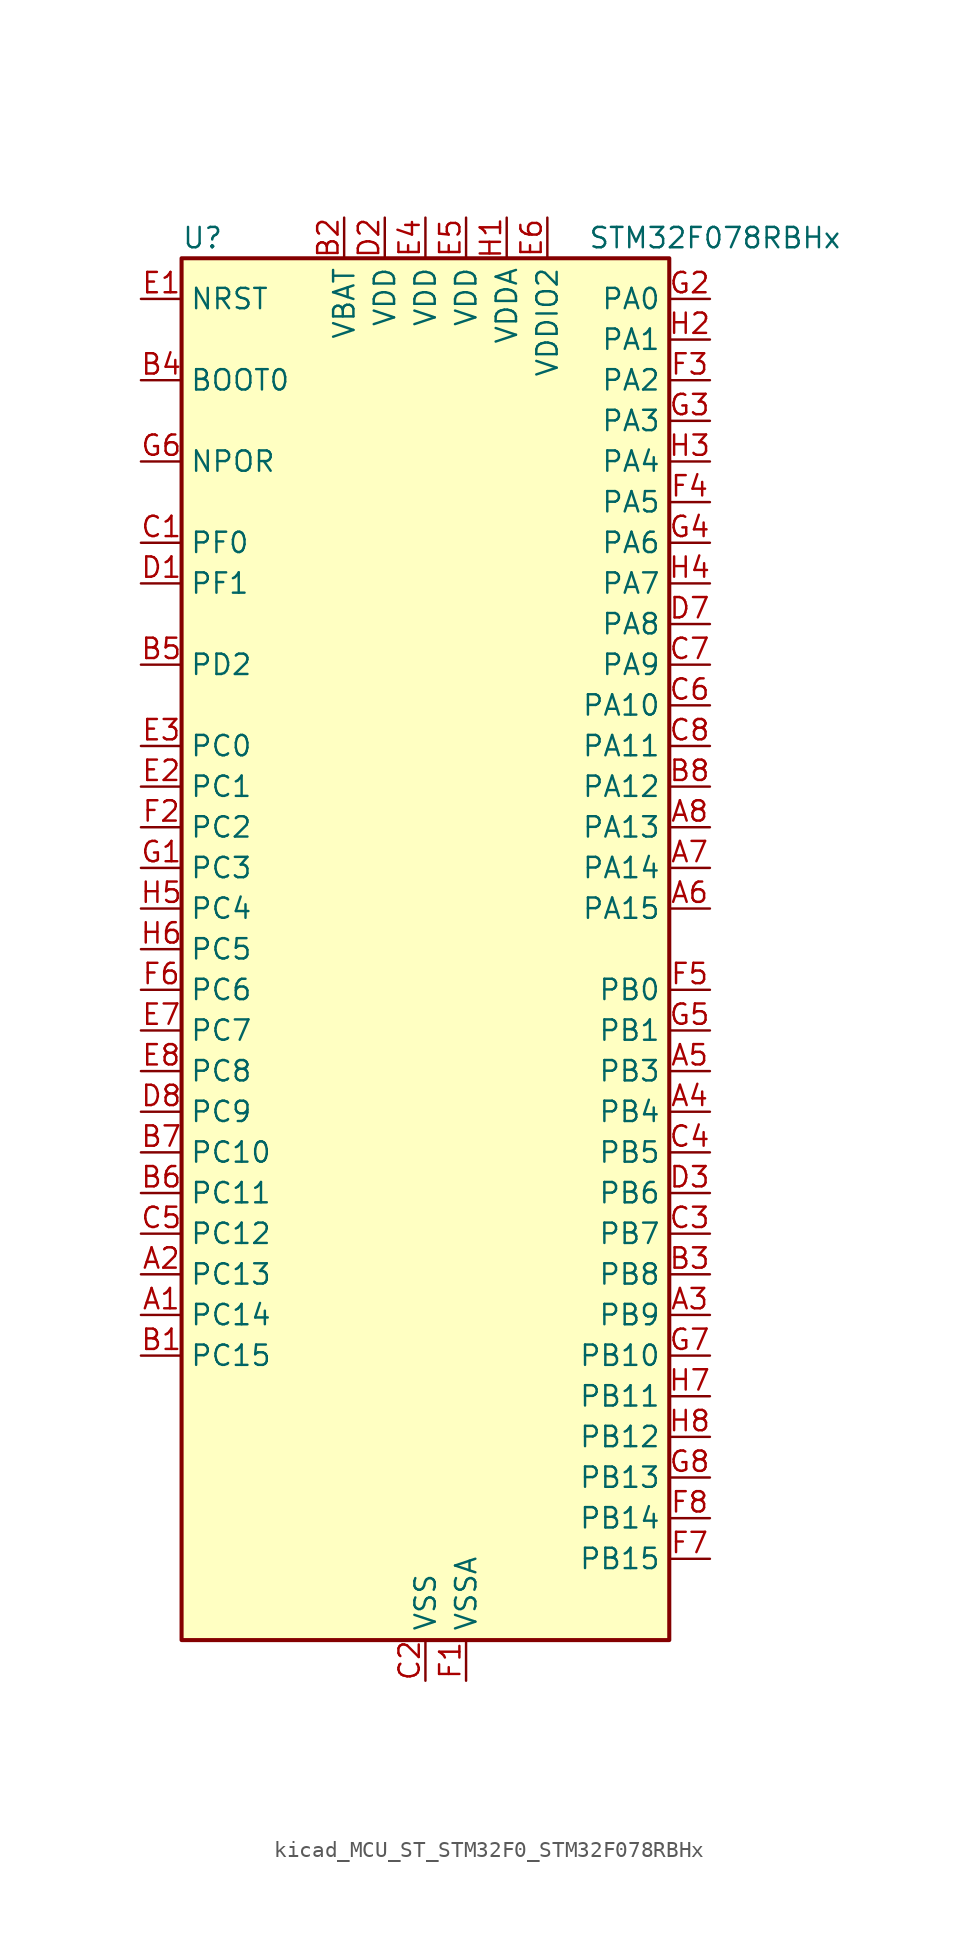
<source format=kicad_sym>
(kicad_symbol_lib
  (version 20220914)
  (generator kicad_symbol_editor)
  (symbol "kicad_MCU_ST_STM32F0_STM32F078RBHx"
    (property "Reference" "U"
      (at -15.24 44.45 0)
      (effects (font (size 1.27 1.27)) (justify left)))
    (property "Value" "STM32F078RBHx"
      (at 10.16 44.45 0)
      (effects (font (size 1.27 1.27)) (justify left)))
    (property "ki_locked" ""
      (at 0 0 0)
      (effects (font (size 1.27 1.27))))
    (symbol "kicad_MCU_ST_STM32F0_STM32F078RBHx_0_1"
      (rectangle (start -15.24 -43.18) (end 15.24 43.18) (stroke (width 0.254) (type default)) (fill (type background))))
    (symbol "kicad_MCU_ST_STM32F0_STM32F078RBHx_1_1"
      (pin bidirectional line (at -17.78 -22.86 0) (length 2.54) (name "PC14" (effects (font (size 1.27 1.27)))) (number "A1" (effects (font (size 1.27 1.27)))) (alternate "RCC_OSC32_IN" bidirectional line))
      (pin bidirectional line (at -17.78 -20.32 0) (length 2.54) (name "PC13" (effects (font (size 1.27 1.27)))) (number "A2" (effects (font (size 1.27 1.27)))) (alternate "RTC_OUT_ALARM" bidirectional line) (alternate "RTC_OUT_CALIB" bidirectional line) (alternate "RTC_TAMP1" bidirectional line) (alternate "RTC_TS" bidirectional line) (alternate "SYS_WKUP2" bidirectional line))
      (pin bidirectional line (at 17.78 -22.86 180) (length 2.54) (name "PB9" (effects (font (size 1.27 1.27)))) (number "A3" (effects (font (size 1.27 1.27)))) (alternate "DAC_EXTI9" bidirectional line) (alternate "I2C1_SDA" bidirectional line) (alternate "I2S2_WS" bidirectional line) (alternate "IR_OUT" bidirectional line) (alternate "SPI2_NSS" bidirectional line) (alternate "TIM17_CH1" bidirectional line))
      (pin bidirectional line (at 17.78 -10.16 180) (length 2.54) (name "PB4" (effects (font (size 1.27 1.27)))) (number "A4" (effects (font (size 1.27 1.27)))) (alternate "I2S1_MCK" bidirectional line) (alternate "SPI1_MISO" bidirectional line) (alternate "TIM17_BKIN" bidirectional line) (alternate "TIM3_CH1" bidirectional line) (alternate "TSC_G5_IO2" bidirectional line))
      (pin bidirectional line (at 17.78 -7.62 180) (length 2.54) (name "PB3" (effects (font (size 1.27 1.27)))) (number "A5" (effects (font (size 1.27 1.27)))) (alternate "I2S1_CK" bidirectional line) (alternate "SPI1_SCK" bidirectional line) (alternate "TIM2_CH2" bidirectional line) (alternate "TSC_G5_IO1" bidirectional line))
      (pin bidirectional line (at 17.78 2.54 180) (length 2.54) (name "PA15" (effects (font (size 1.27 1.27)))) (number "A6" (effects (font (size 1.27 1.27)))) (alternate "I2S1_WS" bidirectional line) (alternate "SPI1_NSS" bidirectional line) (alternate "TIM2_CH1" bidirectional line) (alternate "TIM2_ETR" bidirectional line) (alternate "USART2_RX" bidirectional line) (alternate "USART4_DE" bidirectional line) (alternate "USART4_RTS" bidirectional line))
      (pin bidirectional line (at 17.78 5.08 180) (length 2.54) (name "PA14" (effects (font (size 1.27 1.27)))) (number "A7" (effects (font (size 1.27 1.27)))) (alternate "SYS_SWCLK" bidirectional line) (alternate "USART2_TX" bidirectional line))
      (pin bidirectional line (at 17.78 7.62 180) (length 2.54) (name "PA13" (effects (font (size 1.27 1.27)))) (number "A8" (effects (font (size 1.27 1.27)))) (alternate "IR_OUT" bidirectional line) (alternate "SYS_SWDIO" bidirectional line) (alternate "USB_NOE" bidirectional line))
      (pin bidirectional line (at -17.78 -25.4 0) (length 2.54) (name "PC15" (effects (font (size 1.27 1.27)))) (number "B1" (effects (font (size 1.27 1.27)))) (alternate "RCC_OSC32_OUT" bidirectional line))
      (pin power_in line (at -5.08 45.72 270) (length 2.54) (name "VBAT" (effects (font (size 1.27 1.27)))) (number "B2" (effects (font (size 1.27 1.27)))))
      (pin bidirectional line (at 17.78 -20.32 180) (length 2.54) (name "PB8" (effects (font (size 1.27 1.27)))) (number "B3" (effects (font (size 1.27 1.27)))) (alternate "CEC" bidirectional line) (alternate "I2C1_SCL" bidirectional line) (alternate "TIM16_CH1" bidirectional line) (alternate "TSC_SYNC" bidirectional line))
      (pin input line (at -17.78 35.56 0) (length 2.54) (name "BOOT0" (effects (font (size 1.27 1.27)))) (number "B4" (effects (font (size 1.27 1.27)))))
      (pin bidirectional line (at -17.78 17.78 0) (length 2.54) (name "PD2" (effects (font (size 1.27 1.27)))) (number "B5" (effects (font (size 1.27 1.27)))) (alternate "TIM3_ETR" bidirectional line) (alternate "USART3_DE" bidirectional line) (alternate "USART3_RTS" bidirectional line))
      (pin bidirectional line (at -17.78 -15.24 0) (length 2.54) (name "PC11" (effects (font (size 1.27 1.27)))) (number "B6" (effects (font (size 1.27 1.27)))) (alternate "USART3_RX" bidirectional line) (alternate "USART4_RX" bidirectional line))
      (pin bidirectional line (at -17.78 -12.7 0) (length 2.54) (name "PC10" (effects (font (size 1.27 1.27)))) (number "B7" (effects (font (size 1.27 1.27)))) (alternate "USART3_TX" bidirectional line) (alternate "USART4_TX" bidirectional line))
      (pin bidirectional line (at 17.78 10.16 180) (length 2.54) (name "PA12" (effects (font (size 1.27 1.27)))) (number "B8" (effects (font (size 1.27 1.27)))) (alternate "COMP2_OUT" bidirectional line) (alternate "TIM1_ETR" bidirectional line) (alternate "TSC_G4_IO4" bidirectional line) (alternate "USART1_DE" bidirectional line) (alternate "USART1_RTS" bidirectional line) (alternate "USB_DP" bidirectional line))
      (pin bidirectional line (at -17.78 25.4 0) (length 2.54) (name "PF0" (effects (font (size 1.27 1.27)))) (number "C1" (effects (font (size 1.27 1.27)))) (alternate "CRS_SYNC" bidirectional line) (alternate "RCC_OSC_IN" bidirectional line))
      (pin power_in line (at 0 -45.72 90) (length 2.54) (name "VSS" (effects (font (size 1.27 1.27)))) (number "C2" (effects (font (size 1.27 1.27)))))
      (pin bidirectional line (at 17.78 -17.78 180) (length 2.54) (name "PB7" (effects (font (size 1.27 1.27)))) (number "C3" (effects (font (size 1.27 1.27)))) (alternate "I2C1_SDA" bidirectional line) (alternate "TIM17_CH1N" bidirectional line) (alternate "TSC_G5_IO4" bidirectional line) (alternate "USART1_RX" bidirectional line) (alternate "USART4_CTS" bidirectional line))
      (pin bidirectional line (at 17.78 -12.7 180) (length 2.54) (name "PB5" (effects (font (size 1.27 1.27)))) (number "C4" (effects (font (size 1.27 1.27)))) (alternate "I2C1_SMBA" bidirectional line) (alternate "I2S1_SD" bidirectional line) (alternate "SPI1_MOSI" bidirectional line) (alternate "SYS_WKUP6" bidirectional line) (alternate "TIM16_BKIN" bidirectional line) (alternate "TIM3_CH2" bidirectional line))
      (pin bidirectional line (at -17.78 -17.78 0) (length 2.54) (name "PC12" (effects (font (size 1.27 1.27)))) (number "C5" (effects (font (size 1.27 1.27)))) (alternate "USART3_CK" bidirectional line) (alternate "USART4_CK" bidirectional line))
      (pin bidirectional line (at 17.78 15.24 180) (length 2.54) (name "PA10" (effects (font (size 1.27 1.27)))) (number "C6" (effects (font (size 1.27 1.27)))) (alternate "TIM17_BKIN" bidirectional line) (alternate "TIM1_CH3" bidirectional line) (alternate "TSC_G4_IO2" bidirectional line) (alternate "USART1_RX" bidirectional line))
      (pin bidirectional line (at 17.78 17.78 180) (length 2.54) (name "PA9" (effects (font (size 1.27 1.27)))) (number "C7" (effects (font (size 1.27 1.27)))) (alternate "DAC_EXTI9" bidirectional line) (alternate "TIM15_BKIN" bidirectional line) (alternate "TIM1_CH2" bidirectional line) (alternate "TSC_G4_IO1" bidirectional line) (alternate "USART1_TX" bidirectional line))
      (pin bidirectional line (at 17.78 12.7 180) (length 2.54) (name "PA11" (effects (font (size 1.27 1.27)))) (number "C8" (effects (font (size 1.27 1.27)))) (alternate "COMP1_OUT" bidirectional line) (alternate "TIM1_CH4" bidirectional line) (alternate "TSC_G4_IO3" bidirectional line) (alternate "USART1_CTS" bidirectional line) (alternate "USB_DM" bidirectional line))
      (pin bidirectional line (at -17.78 22.86 0) (length 2.54) (name "PF1" (effects (font (size 1.27 1.27)))) (number "D1" (effects (font (size 1.27 1.27)))) (alternate "RCC_OSC_OUT" bidirectional line))
      (pin power_in line (at -2.54 45.72 270) (length 2.54) (name "VDD" (effects (font (size 1.27 1.27)))) (number "D2" (effects (font (size 1.27 1.27)))))
      (pin bidirectional line (at 17.78 -15.24 180) (length 2.54) (name "PB6" (effects (font (size 1.27 1.27)))) (number "D3" (effects (font (size 1.27 1.27)))) (alternate "I2C1_SCL" bidirectional line) (alternate "TIM16_CH1N" bidirectional line) (alternate "TSC_G5_IO3" bidirectional line) (alternate "USART1_TX" bidirectional line))
      (pin passive line (at 0 -45.72 90) (length 2.54) hide (name "VSS" (effects (font (size 1.27 1.27)))) (number "D4" (effects (font (size 1.27 1.27)))))
      (pin passive line (at 0 -45.72 90) (length 2.54) hide (name "VSS" (effects (font (size 1.27 1.27)))) (number "D5" (effects (font (size 1.27 1.27)))))
      (pin passive line (at 0 -45.72 90) (length 2.54) hide (name "VSS" (effects (font (size 1.27 1.27)))) (number "D6" (effects (font (size 1.27 1.27)))))
      (pin bidirectional line (at 17.78 20.32 180) (length 2.54) (name "PA8" (effects (font (size 1.27 1.27)))) (number "D7" (effects (font (size 1.27 1.27)))) (alternate "CRS_SYNC" bidirectional line) (alternate "RCC_MCO" bidirectional line) (alternate "TIM1_CH1" bidirectional line) (alternate "USART1_CK" bidirectional line))
      (pin bidirectional line (at -17.78 -10.16 0) (length 2.54) (name "PC9" (effects (font (size 1.27 1.27)))) (number "D8" (effects (font (size 1.27 1.27)))) (alternate "DAC_EXTI9" bidirectional line) (alternate "TIM3_CH4" bidirectional line))
      (pin input line (at -17.78 40.64 0) (length 2.54) (name "NRST" (effects (font (size 1.27 1.27)))) (number "E1" (effects (font (size 1.27 1.27)))))
      (pin bidirectional line (at -17.78 10.16 0) (length 2.54) (name "PC1" (effects (font (size 1.27 1.27)))) (number "E2" (effects (font (size 1.27 1.27)))) (alternate "ADC_IN11" bidirectional line))
      (pin bidirectional line (at -17.78 12.7 0) (length 2.54) (name "PC0" (effects (font (size 1.27 1.27)))) (number "E3" (effects (font (size 1.27 1.27)))) (alternate "ADC_IN10" bidirectional line))
      (pin power_in line (at 0 45.72 270) (length 2.54) (name "VDD" (effects (font (size 1.27 1.27)))) (number "E4" (effects (font (size 1.27 1.27)))))
      (pin power_in line (at 2.54 45.72 270) (length 2.54) (name "VDD" (effects (font (size 1.27 1.27)))) (number "E5" (effects (font (size 1.27 1.27)))))
      (pin power_in line (at 7.62 45.72 270) (length 2.54) (name "VDDIO2" (effects (font (size 1.27 1.27)))) (number "E6" (effects (font (size 1.27 1.27)))))
      (pin bidirectional line (at -17.78 -5.08 0) (length 2.54) (name "PC7" (effects (font (size 1.27 1.27)))) (number "E7" (effects (font (size 1.27 1.27)))) (alternate "TIM3_CH2" bidirectional line))
      (pin bidirectional line (at -17.78 -7.62 0) (length 2.54) (name "PC8" (effects (font (size 1.27 1.27)))) (number "E8" (effects (font (size 1.27 1.27)))) (alternate "TIM3_CH3" bidirectional line))
      (pin power_in line (at 2.54 -45.72 90) (length 2.54) (name "VSSA" (effects (font (size 1.27 1.27)))) (number "F1" (effects (font (size 1.27 1.27)))))
      (pin bidirectional line (at -17.78 7.62 0) (length 2.54) (name "PC2" (effects (font (size 1.27 1.27)))) (number "F2" (effects (font (size 1.27 1.27)))) (alternate "ADC_IN12" bidirectional line) (alternate "I2S2_MCK" bidirectional line) (alternate "SPI2_MISO" bidirectional line))
      (pin bidirectional line (at 17.78 35.56 180) (length 2.54) (name "PA2" (effects (font (size 1.27 1.27)))) (number "F3" (effects (font (size 1.27 1.27)))) (alternate "ADC_IN2" bidirectional line) (alternate "COMP2_INM" bidirectional line) (alternate "COMP2_OUT" bidirectional line) (alternate "SYS_WKUP4" bidirectional line) (alternate "TIM15_CH1" bidirectional line) (alternate "TIM2_CH3" bidirectional line) (alternate "TSC_G1_IO3" bidirectional line) (alternate "USART2_TX" bidirectional line))
      (pin bidirectional line (at 17.78 27.94 180) (length 2.54) (name "PA5" (effects (font (size 1.27 1.27)))) (number "F4" (effects (font (size 1.27 1.27)))) (alternate "ADC_IN5" bidirectional line) (alternate "CEC" bidirectional line) (alternate "COMP1_INM" bidirectional line) (alternate "COMP2_INM" bidirectional line) (alternate "DAC_OUT2" bidirectional line) (alternate "I2S1_CK" bidirectional line) (alternate "SPI1_SCK" bidirectional line) (alternate "TIM2_CH1" bidirectional line) (alternate "TIM2_ETR" bidirectional line) (alternate "TSC_G2_IO2" bidirectional line))
      (pin bidirectional line (at 17.78 -2.54 180) (length 2.54) (name "PB0" (effects (font (size 1.27 1.27)))) (number "F5" (effects (font (size 1.27 1.27)))) (alternate "ADC_IN8" bidirectional line) (alternate "TIM1_CH2N" bidirectional line) (alternate "TIM3_CH3" bidirectional line) (alternate "TSC_G3_IO2" bidirectional line) (alternate "USART3_CK" bidirectional line))
      (pin bidirectional line (at -17.78 -2.54 0) (length 2.54) (name "PC6" (effects (font (size 1.27 1.27)))) (number "F6" (effects (font (size 1.27 1.27)))) (alternate "TIM3_CH1" bidirectional line))
      (pin bidirectional line (at 17.78 -38.1 180) (length 2.54) (name "PB15" (effects (font (size 1.27 1.27)))) (number "F7" (effects (font (size 1.27 1.27)))) (alternate "I2S2_SD" bidirectional line) (alternate "RTC_REFIN" bidirectional line) (alternate "SPI2_MOSI" bidirectional line) (alternate "SYS_WKUP7" bidirectional line) (alternate "TIM15_CH1N" bidirectional line) (alternate "TIM15_CH2" bidirectional line) (alternate "TIM1_CH3N" bidirectional line))
      (pin bidirectional line (at 17.78 -35.56 180) (length 2.54) (name "PB14" (effects (font (size 1.27 1.27)))) (number "F8" (effects (font (size 1.27 1.27)))) (alternate "I2C2_SDA" bidirectional line) (alternate "I2S2_MCK" bidirectional line) (alternate "SPI2_MISO" bidirectional line) (alternate "TIM15_CH1" bidirectional line) (alternate "TIM1_CH2N" bidirectional line) (alternate "TSC_G6_IO4" bidirectional line) (alternate "USART3_DE" bidirectional line) (alternate "USART3_RTS" bidirectional line))
      (pin bidirectional line (at -17.78 5.08 0) (length 2.54) (name "PC3" (effects (font (size 1.27 1.27)))) (number "G1" (effects (font (size 1.27 1.27)))) (alternate "ADC_IN13" bidirectional line) (alternate "I2S2_SD" bidirectional line) (alternate "SPI2_MOSI" bidirectional line))
      (pin bidirectional line (at 17.78 40.64 180) (length 2.54) (name "PA0" (effects (font (size 1.27 1.27)))) (number "G2" (effects (font (size 1.27 1.27)))) (alternate "ADC_IN0" bidirectional line) (alternate "COMP1_INM" bidirectional line) (alternate "COMP1_OUT" bidirectional line) (alternate "RTC_TAMP2" bidirectional line) (alternate "SYS_WKUP1" bidirectional line) (alternate "TIM2_CH1" bidirectional line) (alternate "TIM2_ETR" bidirectional line) (alternate "TSC_G1_IO1" bidirectional line) (alternate "USART2_CTS" bidirectional line) (alternate "USART4_TX" bidirectional line))
      (pin bidirectional line (at 17.78 33.02 180) (length 2.54) (name "PA3" (effects (font (size 1.27 1.27)))) (number "G3" (effects (font (size 1.27 1.27)))) (alternate "ADC_IN3" bidirectional line) (alternate "COMP2_INP" bidirectional line) (alternate "TIM15_CH2" bidirectional line) (alternate "TIM2_CH4" bidirectional line) (alternate "TSC_G1_IO4" bidirectional line) (alternate "USART2_RX" bidirectional line))
      (pin bidirectional line (at 17.78 25.4 180) (length 2.54) (name "PA6" (effects (font (size 1.27 1.27)))) (number "G4" (effects (font (size 1.27 1.27)))) (alternate "ADC_IN6" bidirectional line) (alternate "COMP1_OUT" bidirectional line) (alternate "I2S1_MCK" bidirectional line) (alternate "SPI1_MISO" bidirectional line) (alternate "TIM16_CH1" bidirectional line) (alternate "TIM1_BKIN" bidirectional line) (alternate "TIM3_CH1" bidirectional line) (alternate "TSC_G2_IO3" bidirectional line) (alternate "USART3_CTS" bidirectional line))
      (pin bidirectional line (at 17.78 -5.08 180) (length 2.54) (name "PB1" (effects (font (size 1.27 1.27)))) (number "G5" (effects (font (size 1.27 1.27)))) (alternate "ADC_IN9" bidirectional line) (alternate "TIM14_CH1" bidirectional line) (alternate "TIM1_CH3N" bidirectional line) (alternate "TIM3_CH4" bidirectional line) (alternate "TSC_G3_IO3" bidirectional line) (alternate "USART3_DE" bidirectional line) (alternate "USART3_RTS" bidirectional line))
      (pin input line (at -17.78 30.48 0) (length 2.54) (name "NPOR" (effects (font (size 1.27 1.27)))) (number "G6" (effects (font (size 1.27 1.27)))))
      (pin bidirectional line (at 17.78 -25.4 180) (length 2.54) (name "PB10" (effects (font (size 1.27 1.27)))) (number "G7" (effects (font (size 1.27 1.27)))) (alternate "CEC" bidirectional line) (alternate "I2C2_SCL" bidirectional line) (alternate "I2S2_CK" bidirectional line) (alternate "SPI2_SCK" bidirectional line) (alternate "TIM2_CH3" bidirectional line) (alternate "TSC_SYNC" bidirectional line) (alternate "USART3_TX" bidirectional line))
      (pin bidirectional line (at 17.78 -33.02 180) (length 2.54) (name "PB13" (effects (font (size 1.27 1.27)))) (number "G8" (effects (font (size 1.27 1.27)))) (alternate "I2C2_SCL" bidirectional line) (alternate "I2S2_CK" bidirectional line) (alternate "SPI2_SCK" bidirectional line) (alternate "TIM1_CH1N" bidirectional line) (alternate "TSC_G6_IO3" bidirectional line) (alternate "USART3_CTS" bidirectional line))
      (pin power_in line (at 5.08 45.72 270) (length 2.54) (name "VDDA" (effects (font (size 1.27 1.27)))) (number "H1" (effects (font (size 1.27 1.27)))))
      (pin bidirectional line (at 17.78 38.1 180) (length 2.54) (name "PA1" (effects (font (size 1.27 1.27)))) (number "H2" (effects (font (size 1.27 1.27)))) (alternate "ADC_IN1" bidirectional line) (alternate "COMP1_INP" bidirectional line) (alternate "TIM15_CH1N" bidirectional line) (alternate "TIM2_CH2" bidirectional line) (alternate "TSC_G1_IO2" bidirectional line) (alternate "USART2_DE" bidirectional line) (alternate "USART2_RTS" bidirectional line) (alternate "USART4_RX" bidirectional line))
      (pin bidirectional line (at 17.78 30.48 180) (length 2.54) (name "PA4" (effects (font (size 1.27 1.27)))) (number "H3" (effects (font (size 1.27 1.27)))) (alternate "ADC_IN4" bidirectional line) (alternate "COMP1_INM" bidirectional line) (alternate "COMP2_INM" bidirectional line) (alternate "DAC_OUT1" bidirectional line) (alternate "I2S1_WS" bidirectional line) (alternate "SPI1_NSS" bidirectional line) (alternate "TIM14_CH1" bidirectional line) (alternate "TSC_G2_IO1" bidirectional line) (alternate "USART2_CK" bidirectional line))
      (pin bidirectional line (at 17.78 22.86 180) (length 2.54) (name "PA7" (effects (font (size 1.27 1.27)))) (number "H4" (effects (font (size 1.27 1.27)))) (alternate "ADC_IN7" bidirectional line) (alternate "COMP2_OUT" bidirectional line) (alternate "I2S1_SD" bidirectional line) (alternate "SPI1_MOSI" bidirectional line) (alternate "TIM14_CH1" bidirectional line) (alternate "TIM17_CH1" bidirectional line) (alternate "TIM1_CH1N" bidirectional line) (alternate "TIM3_CH2" bidirectional line) (alternate "TSC_G2_IO4" bidirectional line))
      (pin bidirectional line (at -17.78 2.54 0) (length 2.54) (name "PC4" (effects (font (size 1.27 1.27)))) (number "H5" (effects (font (size 1.27 1.27)))) (alternate "ADC_IN14" bidirectional line) (alternate "USART3_TX" bidirectional line))
      (pin bidirectional line (at -17.78 0 0) (length 2.54) (name "PC5" (effects (font (size 1.27 1.27)))) (number "H6" (effects (font (size 1.27 1.27)))) (alternate "ADC_IN15" bidirectional line) (alternate "SYS_WKUP5" bidirectional line) (alternate "TSC_G3_IO1" bidirectional line) (alternate "USART3_RX" bidirectional line))
      (pin bidirectional line (at 17.78 -27.94 180) (length 2.54) (name "PB11" (effects (font (size 1.27 1.27)))) (number "H7" (effects (font (size 1.27 1.27)))) (alternate "I2C2_SDA" bidirectional line) (alternate "TIM2_CH4" bidirectional line) (alternate "TSC_G6_IO1" bidirectional line) (alternate "USART3_RX" bidirectional line))
      (pin bidirectional line (at 17.78 -30.48 180) (length 2.54) (name "PB12" (effects (font (size 1.27 1.27)))) (number "H8" (effects (font (size 1.27 1.27)))) (alternate "I2S2_WS" bidirectional line) (alternate "SPI2_NSS" bidirectional line) (alternate "TIM15_BKIN" bidirectional line) (alternate "TIM1_BKIN" bidirectional line) (alternate "TSC_G6_IO2" bidirectional line) (alternate "USART3_CK" bidirectional line)))))
</source>
